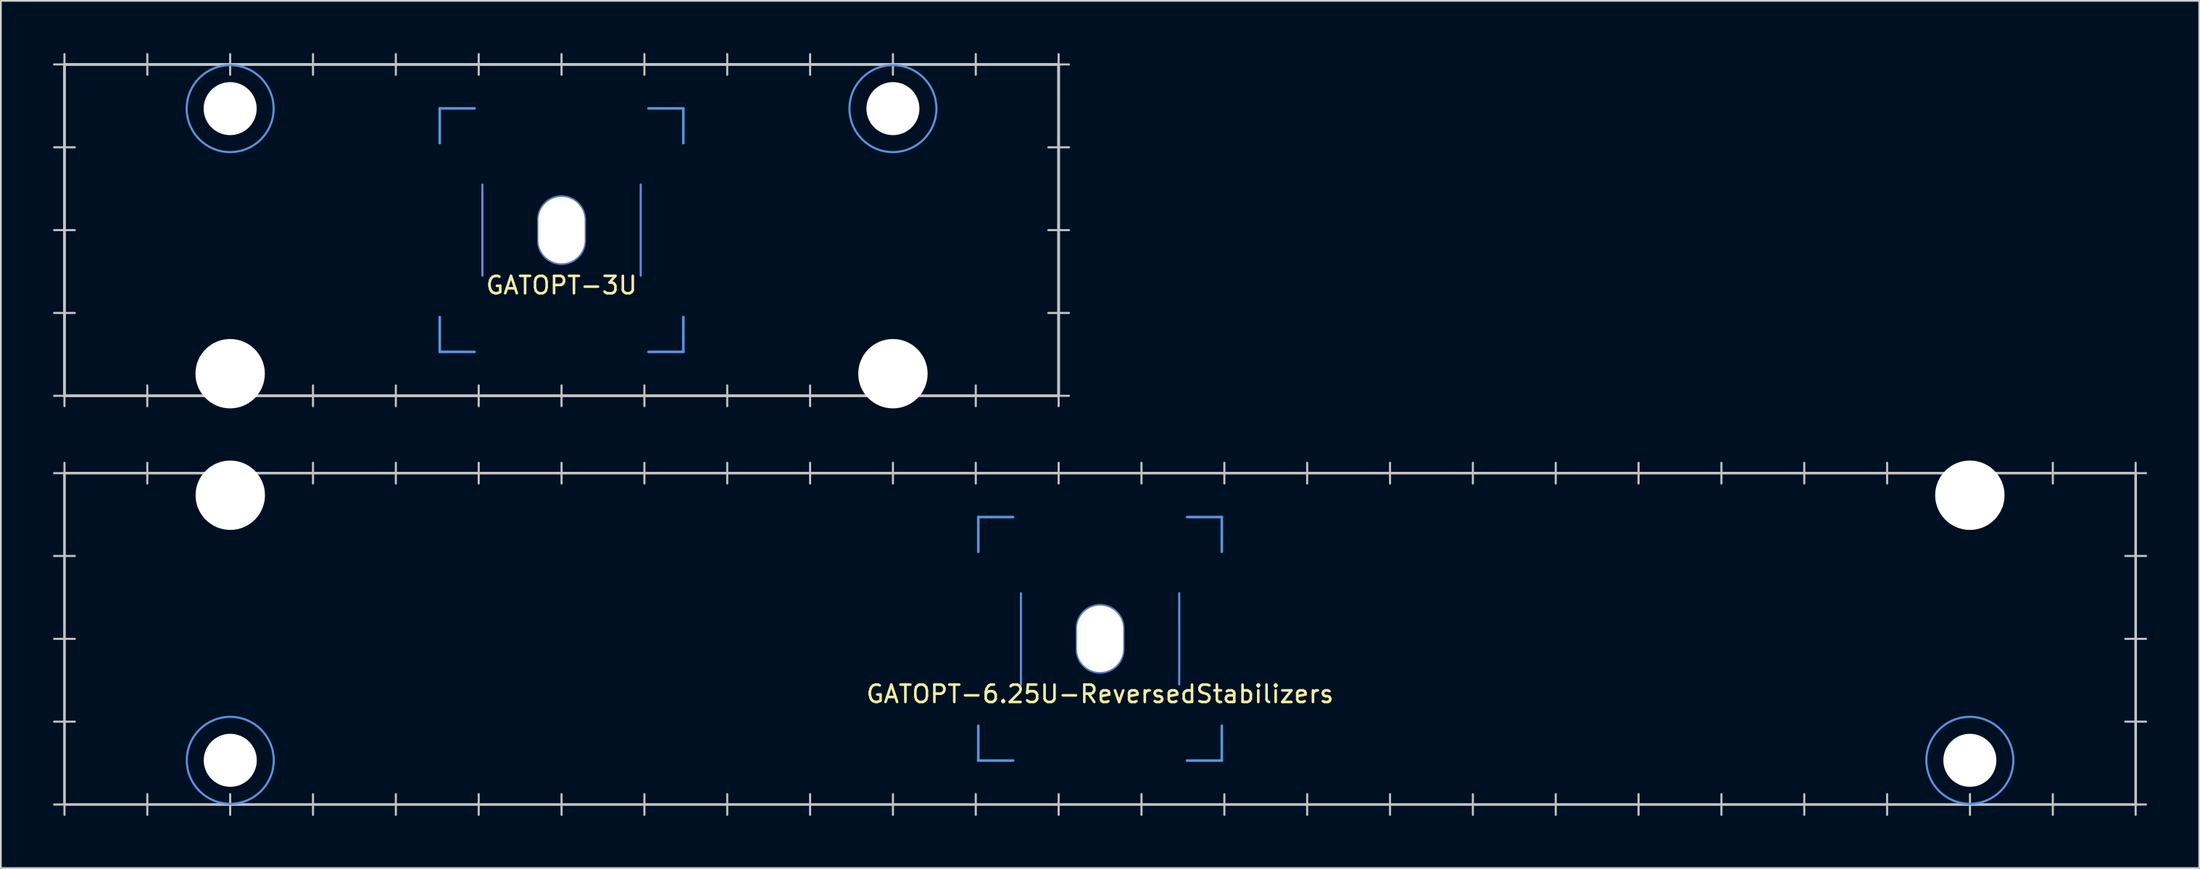
<source format=kicad_pcb>
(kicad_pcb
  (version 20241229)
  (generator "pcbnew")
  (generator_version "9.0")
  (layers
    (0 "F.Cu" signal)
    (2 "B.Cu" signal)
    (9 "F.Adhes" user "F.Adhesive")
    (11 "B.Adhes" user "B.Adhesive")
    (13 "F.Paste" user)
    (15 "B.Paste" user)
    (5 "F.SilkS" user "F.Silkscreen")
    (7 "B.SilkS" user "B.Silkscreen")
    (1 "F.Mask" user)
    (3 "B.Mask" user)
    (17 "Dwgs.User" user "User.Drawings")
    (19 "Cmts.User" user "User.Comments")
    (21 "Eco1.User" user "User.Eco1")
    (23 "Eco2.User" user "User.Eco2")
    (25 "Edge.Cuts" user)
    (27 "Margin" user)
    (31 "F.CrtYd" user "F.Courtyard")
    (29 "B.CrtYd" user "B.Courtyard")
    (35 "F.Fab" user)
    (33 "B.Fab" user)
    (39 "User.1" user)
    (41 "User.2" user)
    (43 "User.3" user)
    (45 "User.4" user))
  (footprint "GATOPT-3U"
    (layer "F.Cu")
    (at 29.23 10.18)
    (property "Reference" "GATOPT-3U" (at 0 3.175 0) (layer "F.SilkS") (effects (font (size 1 1) (thickness 0.15))))
    (attr through_hole)
    (fp_line (start -29.17 -9.525) (end -28.575 -9.525) (stroke (width 0.12) (type solid)) (layer "Dwgs.User"))
    (fp_line (start -29.17 0) (end -27.98 0) (stroke (width 0.12) (type solid)) (layer "Dwgs.User"))
    (fp_line (start -29.17 4.763) (end -27.98 4.763) (stroke (width 0.12) (type solid)) (layer "Dwgs.User"))
    (fp_line (start -29.17 9.525) (end -28.575 9.525) (stroke (width 0.12) (type solid)) (layer "Dwgs.User"))
    (fp_line (start -28.575 10.12) (end -28.575 9.525) (stroke (width 0.12) (type solid)) (layer "Dwgs.User"))
    (fp_line (start -28.575 -10.12) (end -28.575 -9.525) (stroke (width 0.12) (type solid)) (layer "Dwgs.User"))
    (fp_line (start -28.575 -9.525) (end 28.575 -9.525) (stroke (width 0.15) (type solid)) (layer "Dwgs.User"))
    (fp_line (start -28.575 9.525) (end -28.575 -9.525) (stroke (width 0.15) (type solid)) (layer "Dwgs.User"))
    (fp_line (start -28.575 9.525) (end 28.575 9.525) (stroke (width 0.15) (type solid)) (layer "Dwgs.User"))
    (fp_line (start -28.575 -9.525) (end 28.575 -9.525) (stroke (width 0.15) (type solid)) (layer "Dwgs.User"))
    (fp_line (start -28.575 9.525) (end -28.575 -9.525) (stroke (width 0.15) (type solid)) (layer "Dwgs.User"))
    (fp_line (start -28.575 9.525) (end 28.575 9.525) (stroke (width 0.15) (type solid)) (layer "Dwgs.User"))
    (fp_line (start -27.98 -4.763) (end -29.17 -4.763) (stroke (width 0.12) (type solid)) (layer "Dwgs.User"))
    (fp_line (start -23.813 8.93) (end -23.813 10.12) (stroke (width 0.12) (type solid)) (layer "Dwgs.User"))
    (fp_line (start -23.812 -10.12) (end -23.812 -8.93) (stroke (width 0.12) (type solid)) (layer "Dwgs.User"))
    (fp_line (start -19.05 8.93) (end -19.05 10.12) (stroke (width 0.12) (type solid)) (layer "Dwgs.User"))
    (fp_line (start -19.05 -10.12) (end -19.05 -8.93) (stroke (width 0.12) (type solid)) (layer "Dwgs.User"))
    (fp_line (start -14.288 10.12) (end -14.288 8.93) (stroke (width 0.12) (type solid)) (layer "Dwgs.User"))
    (fp_line (start -14.287 -8.93) (end -14.287 -10.12) (stroke (width 0.12) (type solid)) (layer "Dwgs.User"))
    (fp_line (start -9.525 8.93) (end -9.525 10.12) (stroke (width 0.12) (type solid)) (layer "Dwgs.User"))
    (fp_line (start -9.525 -10.12) (end -9.525 -8.93) (stroke (width 0.12) (type solid)) (layer "Dwgs.User"))
    (fp_line (start -4.762 10.12) (end -4.762 8.93) (stroke (width 0.12) (type solid)) (layer "Dwgs.User"))
    (fp_line (start -4.762 -8.93) (end -4.762 -10.12) (stroke (width 0.12) (type solid)) (layer "Dwgs.User"))
    (fp_line (start 0.000006 8.93) (end 0.000006 10.12) (stroke (width 0.12) (type solid)) (layer "Dwgs.User"))
    (fp_line (start 0.000024 -10.12) (end 0.000024 -8.93) (stroke (width 0.12) (type solid)) (layer "Dwgs.User"))
    (fp_line (start 4.763 10.12) (end 4.763 8.93) (stroke (width 0.12) (type solid)) (layer "Dwgs.User"))
    (fp_line (start 4.763 -8.93) (end 4.763 -10.12) (stroke (width 0.12) (type solid)) (layer "Dwgs.User"))
    (fp_line (start 9.525 8.93) (end 9.525 10.12) (stroke (width 0.12) (type solid)) (layer "Dwgs.User"))
    (fp_line (start 9.525 -10.12) (end 9.525 -8.93) (stroke (width 0.12) (type solid)) (layer "Dwgs.User"))
    (fp_line (start 14.288 10.12) (end 14.288 8.93) (stroke (width 0.12) (type solid)) (layer "Dwgs.User"))
    (fp_line (start 14.288 -8.93) (end 14.288 -10.12) (stroke (width 0.12) (type solid)) (layer "Dwgs.User"))
    (fp_line (start 19.05 8.93) (end 19.05 10.12) (stroke (width 0.12) (type solid)) (layer "Dwgs.User"))
    (fp_line (start 19.05 -10.12) (end 19.05 -8.93) (stroke (width 0.12) (type solid)) (layer "Dwgs.User"))
    (fp_line (start 23.813 10.12) (end 23.813 8.93) (stroke (width 0.12) (type solid)) (layer "Dwgs.User"))
    (fp_line (start 23.813 -8.93) (end 23.813 -10.12) (stroke (width 0.12) (type solid)) (layer "Dwgs.User"))
    (fp_line (start 27.98 4.763) (end 29.17 4.763) (stroke (width 0.12) (type solid)) (layer "Dwgs.User"))
    (fp_line (start 28.575 -9.525) (end 28.575 9.525) (stroke (width 0.15) (type solid)) (layer "Dwgs.User"))
    (fp_line (start 28.575 -9.525) (end 28.575 9.525) (stroke (width 0.15) (type solid)) (layer "Dwgs.User"))
    (fp_line (start 28.575 10.12) (end 28.575 9.525) (stroke (width 0.12) (type solid)) (layer "Dwgs.User"))
    (fp_line (start 28.575 -10.12) (end 28.575 -9.525) (stroke (width 0.12) (type solid)) (layer "Dwgs.User"))
    (fp_line (start 29.17 -9.525) (end 28.575 -9.525) (stroke (width 0.12) (type solid)) (layer "Dwgs.User"))
    (fp_line (start 29.17 -4.762) (end 27.98 -4.762) (stroke (width 0.12) (type solid)) (layer "Dwgs.User"))
    (fp_line (start 29.17 0.000008) (end 27.98 0.000008) (stroke (width 0.12) (type solid)) (layer "Dwgs.User"))
    (fp_line (start 29.17 9.525) (end 28.575 9.525) (stroke (width 0.12) (type solid)) (layer "Dwgs.User"))
    (fp_line (start -7 -7) (end -7 -5) (stroke (width 0.15) (type solid)) (layer "Cmts.User"))
    (fp_line (start -7 7) (end -7 5) (stroke (width 0.15) (type solid)) (layer "Cmts.User"))
    (fp_line (start -5 -7) (end -7 -7) (stroke (width 0.15) (type solid)) (layer "Cmts.User"))
    (fp_line (start -5 7) (end -7 7) (stroke (width 0.15) (type solid)) (layer "Cmts.User"))
    (fp_line (start -4.55 2.62) (end -4.55 -2.62) (stroke (width 0.12) (type solid)) (layer "Cmts.User"))
    (fp_line (start 4.55 -2.62) (end 4.55 2.62) (stroke (width 0.12) (type solid)) (layer "Cmts.User"))
    (fp_line (start 5 -7) (end 7 -7) (stroke (width 0.15) (type solid)) (layer "Cmts.User"))
    (fp_line (start 7 -7) (end 7 -5) (stroke (width 0.15) (type solid)) (layer "Cmts.User"))
    (fp_line (start 7 5) (end 7 7) (stroke (width 0.15) (type solid)) (layer "Cmts.User"))
    (fp_line (start 7 7) (end 5 7) (stroke (width 0.15) (type solid)) (layer "Cmts.User"))
    (fp_circle (center -19.05 -6.985) (end -16.55 -6.985) (stroke (width 0.12) (type solid)) (fill no) (layer "Cmts.User"))
    (fp_circle (center 19.05 -6.985) (end 21.55 -6.985) (stroke (width 0.12) (type solid)) (fill no) (layer "Cmts.User"))
    (pad "" np_thru_hole circle (at -19.05 -6.985) (size 3.048 3.048) (drill 3.048) (layers "*.Cu" "*.Mask"))
    (pad "" np_thru_hole circle (at -19.05 8.255) (size 3.988 3.988) (drill 3.988) (layers "*.Cu" "*.Mask"))
    (pad "" np_thru_hole oval (at 0 0) (size 2.8 4) (drill oval 2.66 3.82) (layers "*.Cu" "*.Mask"))
    (pad "" np_thru_hole circle (at 19.05 -6.985) (size 3.048 3.048) (drill 3.048) (layers "*.Cu" "*.Mask"))
    (pad "" np_thru_hole circle (at 19.05 8.255) (size 3.988 3.988) (drill 3.988) (layers "*.Cu" "*.Mask")))
  (footprint "GATOPT-6.25U-ReversedStabilizers"
    (layer "F.Cu")
    (at 60.187 33.678)
    (property "Reference" "GATOPT-6.25U-ReversedStabilizers" (at 0 3.175 0) (layer "F.SilkS") (effects (font (size 1 1) (thickness 0.15))))
    (attr through_hole)
    (fp_line (start -60.127 -9.525) (end -59.531 -9.525) (stroke (width 0.12) (type solid)) (layer "Dwgs.User"))
    (fp_line (start -60.127 -0.000008) (end -58.936 -0.000008) (stroke (width 0.12) (type solid)) (layer "Dwgs.User"))
    (fp_line (start -60.127 4.762) (end -58.936 4.762) (stroke (width 0.12) (type solid)) (layer "Dwgs.User"))
    (fp_line (start -60.127 9.525) (end -59.531 9.525) (stroke (width 0.12) (type solid)) (layer "Dwgs.User"))
    (fp_line (start -59.531 10.12) (end -59.531 9.525) (stroke (width 0.12) (type solid)) (layer "Dwgs.User"))
    (fp_line (start -59.531 -10.12) (end -59.531 -9.525) (stroke (width 0.12) (type solid)) (layer "Dwgs.User"))
    (fp_line (start -59.531 -9.525) (end 59.531 -9.525) (stroke (width 0.15) (type solid)) (layer "Dwgs.User"))
    (fp_line (start -59.531 9.525) (end -59.531 -9.525) (stroke (width 0.15) (type solid)) (layer "Dwgs.User"))
    (fp_line (start -59.531 9.525) (end 59.531 9.525) (stroke (width 0.15) (type solid)) (layer "Dwgs.User"))
    (fp_line (start -58.936 -4.763) (end -60.127 -4.763) (stroke (width 0.12) (type solid)) (layer "Dwgs.User"))
    (fp_line (start -54.769 8.93) (end -54.769 10.12) (stroke (width 0.12) (type solid)) (layer "Dwgs.User"))
    (fp_line (start -54.769 -10.12) (end -54.769 -8.93) (stroke (width 0.12) (type solid)) (layer "Dwgs.User"))
    (fp_line (start -50.006 8.93) (end -50.006 10.12) (stroke (width 0.12) (type solid)) (layer "Dwgs.User"))
    (fp_line (start -50.006 -10.12) (end -50.006 -8.93) (stroke (width 0.12) (type solid)) (layer "Dwgs.User"))
    (fp_line (start -45.244 10.12) (end -45.244 8.93) (stroke (width 0.12) (type solid)) (layer "Dwgs.User"))
    (fp_line (start -45.244 -8.93) (end -45.244 -10.12) (stroke (width 0.12) (type solid)) (layer "Dwgs.User"))
    (fp_line (start -40.481 8.93) (end -40.481 10.12) (stroke (width 0.12) (type solid)) (layer "Dwgs.User"))
    (fp_line (start -40.481 -10.12) (end -40.481 -8.93) (stroke (width 0.12) (type solid)) (layer "Dwgs.User"))
    (fp_line (start -35.719 10.12) (end -35.719 8.93) (stroke (width 0.12) (type solid)) (layer "Dwgs.User"))
    (fp_line (start -35.719 -8.93) (end -35.719 -10.12) (stroke (width 0.12) (type solid)) (layer "Dwgs.User"))
    (fp_line (start -30.956 8.93) (end -30.956 10.12) (stroke (width 0.12) (type solid)) (layer "Dwgs.User"))
    (fp_line (start -30.956 -10.12) (end -30.956 -8.93) (stroke (width 0.12) (type solid)) (layer "Dwgs.User"))
    (fp_line (start -26.194 10.12) (end -26.194 8.93) (stroke (width 0.12) (type solid)) (layer "Dwgs.User"))
    (fp_line (start -26.194 -8.93) (end -26.194 -10.12) (stroke (width 0.12) (type solid)) (layer "Dwgs.User"))
    (fp_line (start -21.431 8.93) (end -21.431 10.12) (stroke (width 0.12) (type solid)) (layer "Dwgs.User"))
    (fp_line (start -21.431 -10.12) (end -21.431 -8.93) (stroke (width 0.12) (type solid)) (layer "Dwgs.User"))
    (fp_line (start -16.669 10.12) (end -16.669 8.93) (stroke (width 0.12) (type solid)) (layer "Dwgs.User"))
    (fp_line (start -16.669 -8.93) (end -16.669 -10.12) (stroke (width 0.12) (type solid)) (layer "Dwgs.User"))
    (fp_line (start -11.906 8.93) (end -11.906 10.12) (stroke (width 0.12) (type solid)) (layer "Dwgs.User"))
    (fp_line (start -11.906 -10.12) (end -11.906 -8.93) (stroke (width 0.12) (type solid)) (layer "Dwgs.User"))
    (fp_line (start -7.144 10.12) (end -7.144 8.93) (stroke (width 0.12) (type solid)) (layer "Dwgs.User"))
    (fp_line (start -7.144 -8.93) (end -7.144 -10.12) (stroke (width 0.12) (type solid)) (layer "Dwgs.User"))
    (fp_line (start -2.381 -8.93) (end -2.381 -10.12) (stroke (width 0.12) (type solid)) (layer "Dwgs.User"))
    (fp_line (start -2.381 10.12) (end -2.381 8.93) (stroke (width 0.12) (type solid)) (layer "Dwgs.User"))
    (fp_line (start 2.381 -10.12) (end 2.381 -8.93) (stroke (width 0.12) (type solid)) (layer "Dwgs.User"))
    (fp_line (start 2.381 8.93) (end 2.381 10.12) (stroke (width 0.12) (type solid)) (layer "Dwgs.User"))
    (fp_line (start 7.144 -8.93) (end 7.144 -10.12) (stroke (width 0.12) (type solid)) (layer "Dwgs.User"))
    (fp_line (start 7.144 10.12) (end 7.144 8.93) (stroke (width 0.12) (type solid)) (layer "Dwgs.User"))
    (fp_line (start 11.906 -10.12) (end 11.906 -8.93) (stroke (width 0.12) (type solid)) (layer "Dwgs.User"))
    (fp_line (start 11.906 8.93) (end 11.906 10.12) (stroke (width 0.12) (type solid)) (layer "Dwgs.User"))
    (fp_line (start 16.669 -8.93) (end 16.669 -10.12) (stroke (width 0.12) (type solid)) (layer "Dwgs.User"))
    (fp_line (start 16.669 10.12) (end 16.669 8.93) (stroke (width 0.12) (type solid)) (layer "Dwgs.User"))
    (fp_line (start 21.431 -10.12) (end 21.431 -8.93) (stroke (width 0.12) (type solid)) (layer "Dwgs.User"))
    (fp_line (start 21.431 8.93) (end 21.431 10.12) (stroke (width 0.12) (type solid)) (layer "Dwgs.User"))
    (fp_line (start 26.194 -8.93) (end 26.194 -10.12) (stroke (width 0.12) (type solid)) (layer "Dwgs.User"))
    (fp_line (start 26.194 10.12) (end 26.194 8.93) (stroke (width 0.12) (type solid)) (layer "Dwgs.User"))
    (fp_line (start 30.956 -10.12) (end 30.956 -8.93) (stroke (width 0.12) (type solid)) (layer "Dwgs.User"))
    (fp_line (start 30.956 8.93) (end 30.956 10.12) (stroke (width 0.12) (type solid)) (layer "Dwgs.User"))
    (fp_line (start 35.719 -8.93) (end 35.719 -10.12) (stroke (width 0.12) (type solid)) (layer "Dwgs.User"))
    (fp_line (start 35.719 10.12) (end 35.719 8.93) (stroke (width 0.12) (type solid)) (layer "Dwgs.User"))
    (fp_line (start 40.481 -10.12) (end 40.481 -8.93) (stroke (width 0.12) (type solid)) (layer "Dwgs.User"))
    (fp_line (start 40.481 8.93) (end 40.481 10.12) (stroke (width 0.12) (type solid)) (layer "Dwgs.User"))
    (fp_line (start 45.244 -8.93) (end 45.244 -10.12) (stroke (width 0.12) (type solid)) (layer "Dwgs.User"))
    (fp_line (start 45.244 10.12) (end 45.244 8.93) (stroke (width 0.12) (type solid)) (layer "Dwgs.User"))
    (fp_line (start 50.006 -10.12) (end 50.006 -8.93) (stroke (width 0.12) (type solid)) (layer "Dwgs.User"))
    (fp_line (start 50.006 8.93) (end 50.006 10.12) (stroke (width 0.12) (type solid)) (layer "Dwgs.User"))
    (fp_line (start 54.769 -8.93) (end 54.769 -10.12) (stroke (width 0.12) (type solid)) (layer "Dwgs.User"))
    (fp_line (start 54.769 10.12) (end 54.769 8.93) (stroke (width 0.12) (type solid)) (layer "Dwgs.User"))
    (fp_line (start 58.936 4.763) (end 60.127 4.763) (stroke (width 0.12) (type solid)) (layer "Dwgs.User"))
    (fp_line (start 59.531 -9.525) (end 59.531 9.525) (stroke (width 0.15) (type solid)) (layer "Dwgs.User"))
    (fp_line (start 59.531 10.12) (end 59.531 9.525) (stroke (width 0.12) (type solid)) (layer "Dwgs.User"))
    (fp_line (start 59.531 -10.12) (end 59.531 -9.525) (stroke (width 0.12) (type solid)) (layer "Dwgs.User"))
    (fp_line (start 60.127 -9.525) (end 59.531 -9.525) (stroke (width 0.12) (type solid)) (layer "Dwgs.User"))
    (fp_line (start 60.127 -4.763) (end 58.936 -4.763) (stroke (width 0.12) (type solid)) (layer "Dwgs.User"))
    (fp_line (start 60.127 0) (end 58.936 0) (stroke (width 0.12) (type solid)) (layer "Dwgs.User"))
    (fp_line (start 60.127 9.525) (end 59.531 9.525) (stroke (width 0.12) (type solid)) (layer "Dwgs.User"))
    (fp_line (start -7 -7) (end -7 -5) (stroke (width 0.15) (type solid)) (layer "Cmts.User"))
    (fp_line (start -7 7) (end -7 5) (stroke (width 0.15) (type solid)) (layer "Cmts.User"))
    (fp_line (start -5 -7) (end -7 -7) (stroke (width 0.15) (type solid)) (layer "Cmts.User"))
    (fp_line (start -5 7) (end -7 7) (stroke (width 0.15) (type solid)) (layer "Cmts.User"))
    (fp_line (start -4.55 2.62) (end -4.55 -2.62) (stroke (width 0.12) (type solid)) (layer "Cmts.User"))
    (fp_line (start 4.55 -2.62) (end 4.55 2.62) (stroke (width 0.12) (type solid)) (layer "Cmts.User"))
    (fp_line (start 5 -7) (end 7 -7) (stroke (width 0.15) (type solid)) (layer "Cmts.User"))
    (fp_line (start 7 -7) (end 7 -5) (stroke (width 0.15) (type solid)) (layer "Cmts.User"))
    (fp_line (start 7 5) (end 7 7) (stroke (width 0.15) (type solid)) (layer "Cmts.User"))
    (fp_line (start 7 7) (end 5 7) (stroke (width 0.15) (type solid)) (layer "Cmts.User"))
    (fp_circle (center -50 6.985) (end -52.5 6.985) (stroke (width 0.12) (type solid)) (fill no) (layer "Cmts.User"))
    (fp_circle (center 50 6.985) (end 47.5 6.985) (stroke (width 0.12) (type solid)) (fill no) (layer "Cmts.User"))
    (pad "" np_thru_hole circle (at -50 -8.255) (size 3.988 3.988) (drill 3.988) (layers "*.Cu" "*.Mask"))
    (pad "" np_thru_hole circle (at -50 6.985) (size 3.048 3.048) (drill 3.048) (layers "*.Cu" "*.Mask"))
    (pad "" np_thru_hole oval (at 0 0) (size 2.8 4) (drill oval 2.66 3.82) (layers "*.Cu" "*.Mask"))
    (pad "" np_thru_hole circle (at 50 -8.255) (size 3.988 3.988) (drill 3.988) (layers "*.Cu" "*.Mask"))
    (pad "" np_thru_hole circle (at 50 6.985) (size 3.048 3.048) (drill 3.048) (layers "*.Cu" "*.Mask")))
  (gr_rect
    (start -3 -3)
    (end 123.373 46.858)
    (stroke (width 0.1) (type default))
    (fill no)
    (layer "Edge.Cuts")))
</source>
